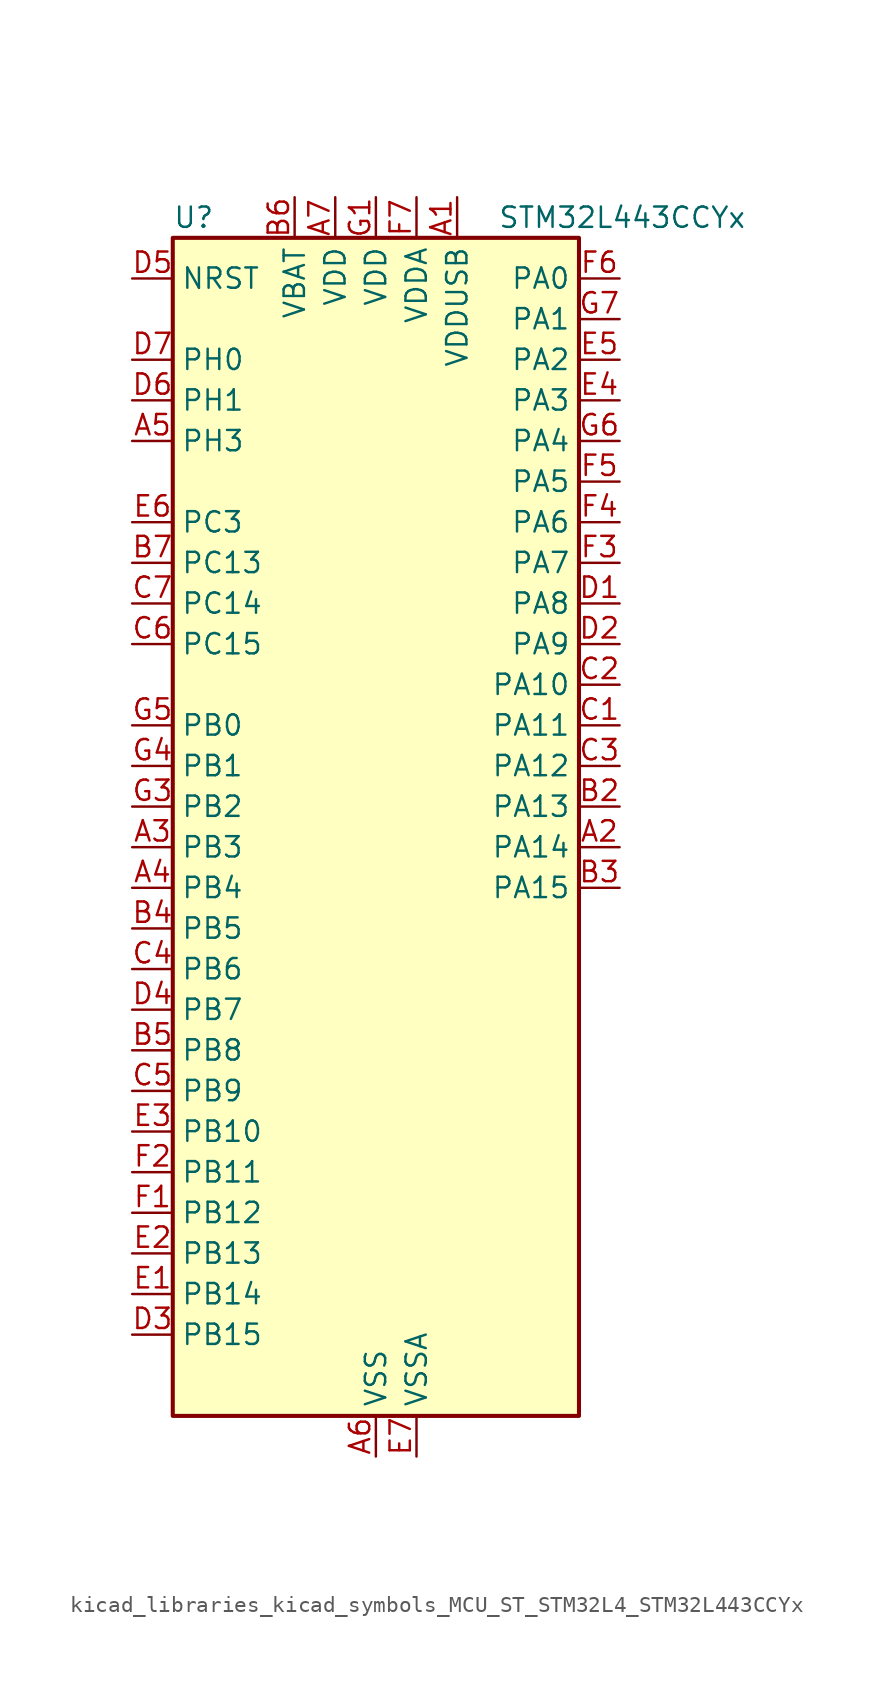
<source format=kicad_sym>
(kicad_symbol_lib
  (version 20220914)
  (generator kicad_symbol_editor)
  (symbol "kicad_libraries_kicad_symbols_MCU_ST_STM32L4_STM32L443CCYx"
    (property "Reference" "U"
      (at -12.7 39.37 0)
      (effects (font (size 1.27 1.27)) (justify left)))
    (property "Value" "STM32L443CCYx"
      (at 7.62 39.37 0)
      (effects (font (size 1.27 1.27)) (justify left)))
    (property "ki_locked" ""
      (at 0 0 0)
      (effects (font (size 1.27 1.27))))
    (symbol "kicad_libraries_kicad_symbols_MCU_ST_STM32L4_STM32L443CCYx_0_1"
      (rectangle (start -12.7 -35.56) (end 12.7 38.1) (stroke (width 0.254) (type default)) (fill (type background))))
    (symbol "kicad_libraries_kicad_symbols_MCU_ST_STM32L4_STM32L443CCYx_1_1"
      (pin power_in line (at 5.08 40.64 270) (length 2.54) (name "VDDUSB" (effects (font (size 1.27 1.27)))) (number "A1" (effects (font (size 1.27 1.27)))))
      (pin bidirectional line (at 15.24 0 180) (length 2.54) (name "PA14" (effects (font (size 1.27 1.27)))) (number "A2" (effects (font (size 1.27 1.27)))) (alternate "I2C1_SMBA" bidirectional line) (alternate "LPTIM1_OUT" bidirectional line) (alternate "SAI1_FS_B" bidirectional line) (alternate "SWPMI1_RX" bidirectional line) (alternate "SYS_JTCK-SWCLK" bidirectional line))
      (pin bidirectional line (at -15.24 0 0) (length 2.54) (name "PB3" (effects (font (size 1.27 1.27)))) (number "A3" (effects (font (size 1.27 1.27)))) (alternate "COMP2_INM" bidirectional line) (alternate "LCD_SEG7" bidirectional line) (alternate "SAI1_SCK_B" bidirectional line) (alternate "SPI1_SCK" bidirectional line) (alternate "SPI3_SCK" bidirectional line) (alternate "SYS_JTDO-SWO" bidirectional line) (alternate "TIM2_CH2" bidirectional line) (alternate "USART1_DE" bidirectional line) (alternate "USART1_RTS" bidirectional line))
      (pin bidirectional line (at -15.24 -2.54 0) (length 2.54) (name "PB4" (effects (font (size 1.27 1.27)))) (number "A4" (effects (font (size 1.27 1.27)))) (alternate "COMP2_INP" bidirectional line) (alternate "I2C3_SDA" bidirectional line) (alternate "LCD_SEG8" bidirectional line) (alternate "SAI1_MCLK_B" bidirectional line) (alternate "SPI1_MISO" bidirectional line) (alternate "SPI3_MISO" bidirectional line) (alternate "SYS_JTRST" bidirectional line) (alternate "TSC_G2_IO1" bidirectional line) (alternate "USART1_CTS" bidirectional line))
      (pin bidirectional line (at -15.24 25.4 0) (length 2.54) (name "PH3" (effects (font (size 1.27 1.27)))) (number "A5" (effects (font (size 1.27 1.27)))))
      (pin power_in line (at 0 -38.1 90) (length 2.54) (name "VSS" (effects (font (size 1.27 1.27)))) (number "A6" (effects (font (size 1.27 1.27)))))
      (pin power_in line (at -2.54 40.64 270) (length 2.54) (name "VDD" (effects (font (size 1.27 1.27)))) (number "A7" (effects (font (size 1.27 1.27)))))
      (pin passive line (at 0 -38.1 90) (length 2.54) hide (name "VSS" (effects (font (size 1.27 1.27)))) (number "B1" (effects (font (size 1.27 1.27)))))
      (pin bidirectional line (at 15.24 2.54 180) (length 2.54) (name "PA13" (effects (font (size 1.27 1.27)))) (number "B2" (effects (font (size 1.27 1.27)))) (alternate "IR_OUT" bidirectional line) (alternate "SAI1_SD_B" bidirectional line) (alternate "SWPMI1_TX" bidirectional line) (alternate "SYS_JTMS-SWDIO" bidirectional line) (alternate "USB_NOE" bidirectional line))
      (pin bidirectional line (at 15.24 -2.54 180) (length 2.54) (name "PA15" (effects (font (size 1.27 1.27)))) (number "B3" (effects (font (size 1.27 1.27)))) (alternate "ADC1_EXTI15" bidirectional line) (alternate "LCD_SEG17" bidirectional line) (alternate "SPI1_NSS" bidirectional line) (alternate "SPI3_NSS" bidirectional line) (alternate "SWPMI1_SUSPEND" bidirectional line) (alternate "SYS_JTDI" bidirectional line) (alternate "TIM2_CH1" bidirectional line) (alternate "TIM2_ETR" bidirectional line) (alternate "USART2_RX" bidirectional line) (alternate "USART3_DE" bidirectional line) (alternate "USART3_RTS" bidirectional line))
      (pin bidirectional line (at -15.24 -5.08 0) (length 2.54) (name "PB5" (effects (font (size 1.27 1.27)))) (number "B4" (effects (font (size 1.27 1.27)))) (alternate "COMP2_OUT" bidirectional line) (alternate "I2C1_SMBA" bidirectional line) (alternate "LCD_SEG9" bidirectional line) (alternate "LPTIM1_IN1" bidirectional line) (alternate "SAI1_SD_B" bidirectional line) (alternate "SPI1_MOSI" bidirectional line) (alternate "SPI3_MOSI" bidirectional line) (alternate "TIM16_BKIN" bidirectional line) (alternate "TSC_G2_IO2" bidirectional line) (alternate "USART1_CK" bidirectional line))
      (pin bidirectional line (at -15.24 -12.7 0) (length 2.54) (name "PB8" (effects (font (size 1.27 1.27)))) (number "B5" (effects (font (size 1.27 1.27)))) (alternate "CAN1_RX" bidirectional line) (alternate "I2C1_SCL" bidirectional line) (alternate "LCD_SEG16" bidirectional line) (alternate "SAI1_MCLK_A" bidirectional line) (alternate "TIM16_CH1" bidirectional line))
      (pin power_in line (at -5.08 40.64 270) (length 2.54) (name "VBAT" (effects (font (size 1.27 1.27)))) (number "B6" (effects (font (size 1.27 1.27)))))
      (pin bidirectional line (at -15.24 17.78 0) (length 2.54) (name "PC13" (effects (font (size 1.27 1.27)))) (number "B7" (effects (font (size 1.27 1.27)))) (alternate "RTC_OUT_ALARM" bidirectional line) (alternate "RTC_OUT_CALIB" bidirectional line) (alternate "RTC_TAMP1" bidirectional line) (alternate "RTC_TS" bidirectional line) (alternate "SYS_WKUP2" bidirectional line))
      (pin bidirectional line (at 15.24 7.62 180) (length 2.54) (name "PA11" (effects (font (size 1.27 1.27)))) (number "C1" (effects (font (size 1.27 1.27)))) (alternate "ADC1_EXTI11" bidirectional line) (alternate "CAN1_RX" bidirectional line) (alternate "COMP1_OUT" bidirectional line) (alternate "SPI1_MISO" bidirectional line) (alternate "TIM1_BKIN2" bidirectional line) (alternate "TIM1_BKIN2_COMP1" bidirectional line) (alternate "TIM1_CH4" bidirectional line) (alternate "USART1_CTS" bidirectional line) (alternate "USB_DM" bidirectional line))
      (pin bidirectional line (at 15.24 10.16 180) (length 2.54) (name "PA10" (effects (font (size 1.27 1.27)))) (number "C2" (effects (font (size 1.27 1.27)))) (alternate "CRS_SYNC" bidirectional line) (alternate "I2C1_SDA" bidirectional line) (alternate "LCD_COM2" bidirectional line) (alternate "SAI1_SD_A" bidirectional line) (alternate "TIM1_CH3" bidirectional line) (alternate "USART1_RX" bidirectional line))
      (pin bidirectional line (at 15.24 5.08 180) (length 2.54) (name "PA12" (effects (font (size 1.27 1.27)))) (number "C3" (effects (font (size 1.27 1.27)))) (alternate "CAN1_TX" bidirectional line) (alternate "SPI1_MOSI" bidirectional line) (alternate "TIM1_ETR" bidirectional line) (alternate "USART1_DE" bidirectional line) (alternate "USART1_RTS" bidirectional line) (alternate "USB_DP" bidirectional line))
      (pin bidirectional line (at -15.24 -7.62 0) (length 2.54) (name "PB6" (effects (font (size 1.27 1.27)))) (number "C4" (effects (font (size 1.27 1.27)))) (alternate "COMP2_INP" bidirectional line) (alternate "I2C1_SCL" bidirectional line) (alternate "LPTIM1_ETR" bidirectional line) (alternate "SAI1_FS_B" bidirectional line) (alternate "TIM16_CH1N" bidirectional line) (alternate "TSC_G2_IO3" bidirectional line) (alternate "USART1_TX" bidirectional line))
      (pin bidirectional line (at -15.24 -15.24 0) (length 2.54) (name "PB9" (effects (font (size 1.27 1.27)))) (number "C5" (effects (font (size 1.27 1.27)))) (alternate "CAN1_TX" bidirectional line) (alternate "DAC1_EXTI9" bidirectional line) (alternate "I2C1_SDA" bidirectional line) (alternate "IR_OUT" bidirectional line) (alternate "LCD_COM3" bidirectional line) (alternate "SAI1_FS_A" bidirectional line) (alternate "SPI2_NSS" bidirectional line))
      (pin bidirectional line (at -15.24 12.7 0) (length 2.54) (name "PC15" (effects (font (size 1.27 1.27)))) (number "C6" (effects (font (size 1.27 1.27)))) (alternate "ADC1_EXTI15" bidirectional line) (alternate "RCC_OSC32_OUT" bidirectional line))
      (pin bidirectional line (at -15.24 15.24 0) (length 2.54) (name "PC14" (effects (font (size 1.27 1.27)))) (number "C7" (effects (font (size 1.27 1.27)))) (alternate "RCC_OSC32_IN" bidirectional line))
      (pin bidirectional line (at 15.24 15.24 180) (length 2.54) (name "PA8" (effects (font (size 1.27 1.27)))) (number "D1" (effects (font (size 1.27 1.27)))) (alternate "LCD_COM0" bidirectional line) (alternate "LPTIM2_OUT" bidirectional line) (alternate "RCC_MCO" bidirectional line) (alternate "SAI1_SCK_A" bidirectional line) (alternate "SWPMI1_IO" bidirectional line) (alternate "TIM1_CH1" bidirectional line) (alternate "USART1_CK" bidirectional line))
      (pin bidirectional line (at 15.24 12.7 180) (length 2.54) (name "PA9" (effects (font (size 1.27 1.27)))) (number "D2" (effects (font (size 1.27 1.27)))) (alternate "DAC1_EXTI9" bidirectional line) (alternate "I2C1_SCL" bidirectional line) (alternate "LCD_COM1" bidirectional line) (alternate "SAI1_FS_A" bidirectional line) (alternate "TIM15_BKIN" bidirectional line) (alternate "TIM1_CH2" bidirectional line) (alternate "USART1_TX" bidirectional line))
      (pin bidirectional line (at -15.24 -30.48 0) (length 2.54) (name "PB15" (effects (font (size 1.27 1.27)))) (number "D3" (effects (font (size 1.27 1.27)))) (alternate "ADC1_EXTI15" bidirectional line) (alternate "LCD_SEG15" bidirectional line) (alternate "RTC_REFIN" bidirectional line) (alternate "SAI1_SD_A" bidirectional line) (alternate "SPI2_MOSI" bidirectional line) (alternate "SWPMI1_SUSPEND" bidirectional line) (alternate "TIM15_CH2" bidirectional line) (alternate "TIM1_CH3N" bidirectional line) (alternate "TSC_G1_IO4" bidirectional line))
      (pin bidirectional line (at -15.24 -10.16 0) (length 2.54) (name "PB7" (effects (font (size 1.27 1.27)))) (number "D4" (effects (font (size 1.27 1.27)))) (alternate "COMP2_INM" bidirectional line) (alternate "I2C1_SDA" bidirectional line) (alternate "LCD_SEG21" bidirectional line) (alternate "LPTIM1_IN2" bidirectional line) (alternate "SYS_PVD_IN" bidirectional line) (alternate "TSC_G2_IO4" bidirectional line) (alternate "USART1_RX" bidirectional line))
      (pin input line (at -15.24 35.56 0) (length 2.54) (name "NRST" (effects (font (size 1.27 1.27)))) (number "D5" (effects (font (size 1.27 1.27)))))
      (pin bidirectional line (at -15.24 27.94 0) (length 2.54) (name "PH1" (effects (font (size 1.27 1.27)))) (number "D6" (effects (font (size 1.27 1.27)))) (alternate "RCC_OSC_OUT" bidirectional line))
      (pin bidirectional line (at -15.24 30.48 0) (length 2.54) (name "PH0" (effects (font (size 1.27 1.27)))) (number "D7" (effects (font (size 1.27 1.27)))) (alternate "RCC_OSC_IN" bidirectional line))
      (pin bidirectional line (at -15.24 -27.94 0) (length 2.54) (name "PB14" (effects (font (size 1.27 1.27)))) (number "E1" (effects (font (size 1.27 1.27)))) (alternate "I2C2_SDA" bidirectional line) (alternate "LCD_SEG14" bidirectional line) (alternate "SAI1_MCLK_A" bidirectional line) (alternate "SPI2_MISO" bidirectional line) (alternate "SWPMI1_RX" bidirectional line) (alternate "TIM15_CH1" bidirectional line) (alternate "TIM1_CH2N" bidirectional line) (alternate "TSC_G1_IO3" bidirectional line) (alternate "USART3_DE" bidirectional line) (alternate "USART3_RTS" bidirectional line))
      (pin bidirectional line (at -15.24 -25.4 0) (length 2.54) (name "PB13" (effects (font (size 1.27 1.27)))) (number "E2" (effects (font (size 1.27 1.27)))) (alternate "I2C2_SCL" bidirectional line) (alternate "LCD_SEG13" bidirectional line) (alternate "LPUART1_CTS" bidirectional line) (alternate "SAI1_SCK_A" bidirectional line) (alternate "SPI2_SCK" bidirectional line) (alternate "SWPMI1_TX" bidirectional line) (alternate "TIM15_CH1N" bidirectional line) (alternate "TIM1_CH1N" bidirectional line) (alternate "TSC_G1_IO2" bidirectional line) (alternate "USART3_CTS" bidirectional line))
      (pin bidirectional line (at -15.24 -17.78 0) (length 2.54) (name "PB10" (effects (font (size 1.27 1.27)))) (number "E3" (effects (font (size 1.27 1.27)))) (alternate "COMP1_OUT" bidirectional line) (alternate "I2C2_SCL" bidirectional line) (alternate "LCD_SEG10" bidirectional line) (alternate "LPUART1_RX" bidirectional line) (alternate "QUADSPI_CLK" bidirectional line) (alternate "SAI1_SCK_A" bidirectional line) (alternate "SPI2_SCK" bidirectional line) (alternate "TIM2_CH3" bidirectional line) (alternate "TSC_SYNC" bidirectional line) (alternate "USART3_TX" bidirectional line))
      (pin bidirectional line (at 15.24 27.94 180) (length 2.54) (name "PA3" (effects (font (size 1.27 1.27)))) (number "E4" (effects (font (size 1.27 1.27)))) (alternate "ADC1_IN8" bidirectional line) (alternate "COMP2_INP" bidirectional line) (alternate "LCD_SEG2" bidirectional line) (alternate "LPUART1_RX" bidirectional line) (alternate "OPAMP1_VOUT" bidirectional line) (alternate "QUADSPI_CLK" bidirectional line) (alternate "SAI1_MCLK_A" bidirectional line) (alternate "TIM15_CH2" bidirectional line) (alternate "TIM2_CH4" bidirectional line) (alternate "USART2_RX" bidirectional line))
      (pin bidirectional line (at 15.24 30.48 180) (length 2.54) (name "PA2" (effects (font (size 1.27 1.27)))) (number "E5" (effects (font (size 1.27 1.27)))) (alternate "ADC1_IN7" bidirectional line) (alternate "COMP2_INM" bidirectional line) (alternate "COMP2_OUT" bidirectional line) (alternate "LCD_SEG1" bidirectional line) (alternate "LPUART1_TX" bidirectional line) (alternate "QUADSPI_BK1_NCS" bidirectional line) (alternate "RCC_LSCO" bidirectional line) (alternate "SYS_WKUP4" bidirectional line) (alternate "TIM15_CH1" bidirectional line) (alternate "TIM2_CH3" bidirectional line) (alternate "USART2_TX" bidirectional line))
      (pin bidirectional line (at -15.24 20.32 0) (length 2.54) (name "PC3" (effects (font (size 1.27 1.27)))) (number "E6" (effects (font (size 1.27 1.27)))) (alternate "ADC1_IN4" bidirectional line) (alternate "LCD_VLCD" bidirectional line) (alternate "LPTIM1_ETR" bidirectional line) (alternate "LPTIM2_ETR" bidirectional line) (alternate "SAI1_SD_A" bidirectional line) (alternate "SPI2_MOSI" bidirectional line))
      (pin power_in line (at 2.54 -38.1 90) (length 2.54) (name "VSSA" (effects (font (size 1.27 1.27)))) (number "E7" (effects (font (size 1.27 1.27)))))
      (pin bidirectional line (at -15.24 -22.86 0) (length 2.54) (name "PB12" (effects (font (size 1.27 1.27)))) (number "F1" (effects (font (size 1.27 1.27)))) (alternate "I2C2_SMBA" bidirectional line) (alternate "LCD_SEG12" bidirectional line) (alternate "LPUART1_DE" bidirectional line) (alternate "LPUART1_RTS" bidirectional line) (alternate "SAI1_FS_A" bidirectional line) (alternate "SPI2_NSS" bidirectional line) (alternate "SWPMI1_IO" bidirectional line) (alternate "TIM15_BKIN" bidirectional line) (alternate "TIM1_BKIN" bidirectional line) (alternate "TIM1_BKIN_COMP2" bidirectional line) (alternate "TSC_G1_IO1" bidirectional line) (alternate "USART3_CK" bidirectional line))
      (pin bidirectional line (at -15.24 -20.32 0) (length 2.54) (name "PB11" (effects (font (size 1.27 1.27)))) (number "F2" (effects (font (size 1.27 1.27)))) (alternate "ADC1_EXTI11" bidirectional line) (alternate "COMP2_OUT" bidirectional line) (alternate "I2C2_SDA" bidirectional line) (alternate "LCD_SEG11" bidirectional line) (alternate "LPUART1_TX" bidirectional line) (alternate "QUADSPI_BK1_NCS" bidirectional line) (alternate "TIM2_CH4" bidirectional line) (alternate "USART3_RX" bidirectional line))
      (pin bidirectional line (at 15.24 17.78 180) (length 2.54) (name "PA7" (effects (font (size 1.27 1.27)))) (number "F3" (effects (font (size 1.27 1.27)))) (alternate "ADC1_IN12" bidirectional line) (alternate "COMP2_OUT" bidirectional line) (alternate "I2C3_SCL" bidirectional line) (alternate "LCD_SEG4" bidirectional line) (alternate "QUADSPI_BK1_IO2" bidirectional line) (alternate "SPI1_MOSI" bidirectional line) (alternate "TIM1_CH1N" bidirectional line))
      (pin bidirectional line (at 15.24 20.32 180) (length 2.54) (name "PA6" (effects (font (size 1.27 1.27)))) (number "F4" (effects (font (size 1.27 1.27)))) (alternate "ADC1_IN11" bidirectional line) (alternate "COMP1_OUT" bidirectional line) (alternate "LCD_SEG3" bidirectional line) (alternate "LPUART1_CTS" bidirectional line) (alternate "QUADSPI_BK1_IO3" bidirectional line) (alternate "SPI1_MISO" bidirectional line) (alternate "TIM16_CH1" bidirectional line) (alternate "TIM1_BKIN" bidirectional line) (alternate "TIM1_BKIN_COMP2" bidirectional line) (alternate "USART3_CTS" bidirectional line))
      (pin bidirectional line (at 15.24 22.86 180) (length 2.54) (name "PA5" (effects (font (size 1.27 1.27)))) (number "F5" (effects (font (size 1.27 1.27)))) (alternate "ADC1_IN10" bidirectional line) (alternate "COMP1_INM" bidirectional line) (alternate "COMP2_INM" bidirectional line) (alternate "DAC1_OUT2" bidirectional line) (alternate "LPTIM2_ETR" bidirectional line) (alternate "SPI1_SCK" bidirectional line) (alternate "TIM2_CH1" bidirectional line) (alternate "TIM2_ETR" bidirectional line))
      (pin bidirectional line (at 15.24 35.56 180) (length 2.54) (name "PA0" (effects (font (size 1.27 1.27)))) (number "F6" (effects (font (size 1.27 1.27)))) (alternate "ADC1_IN5" bidirectional line) (alternate "COMP1_INM" bidirectional line) (alternate "COMP1_OUT" bidirectional line) (alternate "OPAMP1_VINP" bidirectional line) (alternate "RTC_TAMP2" bidirectional line) (alternate "SAI1_EXTCLK" bidirectional line) (alternate "SYS_WKUP1" bidirectional line) (alternate "TIM2_CH1" bidirectional line) (alternate "TIM2_ETR" bidirectional line) (alternate "USART2_CTS" bidirectional line))
      (pin power_in line (at 2.54 40.64 270) (length 2.54) (name "VDDA" (effects (font (size 1.27 1.27)))) (number "F7" (effects (font (size 1.27 1.27)))))
      (pin power_in line (at 0 40.64 270) (length 2.54) (name "VDD" (effects (font (size 1.27 1.27)))) (number "G1" (effects (font (size 1.27 1.27)))))
      (pin passive line (at 0 -38.1 90) (length 2.54) hide (name "VSS" (effects (font (size 1.27 1.27)))) (number "G2" (effects (font (size 1.27 1.27)))))
      (pin bidirectional line (at -15.24 2.54 0) (length 2.54) (name "PB2" (effects (font (size 1.27 1.27)))) (number "G3" (effects (font (size 1.27 1.27)))) (alternate "COMP1_INP" bidirectional line) (alternate "I2C3_SMBA" bidirectional line) (alternate "LCD_VLCD" bidirectional line) (alternate "LPTIM1_OUT" bidirectional line) (alternate "RTC_OUT_ALARM" bidirectional line) (alternate "RTC_OUT_CALIB" bidirectional line))
      (pin bidirectional line (at -15.24 5.08 0) (length 2.54) (name "PB1" (effects (font (size 1.27 1.27)))) (number "G4" (effects (font (size 1.27 1.27)))) (alternate "ADC1_IN16" bidirectional line) (alternate "COMP1_INM" bidirectional line) (alternate "LCD_SEG6" bidirectional line) (alternate "LPTIM2_IN1" bidirectional line) (alternate "LPUART1_DE" bidirectional line) (alternate "LPUART1_RTS" bidirectional line) (alternate "QUADSPI_BK1_IO0" bidirectional line) (alternate "TIM1_CH3N" bidirectional line) (alternate "USART3_DE" bidirectional line) (alternate "USART3_RTS" bidirectional line))
      (pin bidirectional line (at -15.24 7.62 0) (length 2.54) (name "PB0" (effects (font (size 1.27 1.27)))) (number "G5" (effects (font (size 1.27 1.27)))) (alternate "ADC1_IN15" bidirectional line) (alternate "COMP1_OUT" bidirectional line) (alternate "LCD_SEG5" bidirectional line) (alternate "QUADSPI_BK1_IO1" bidirectional line) (alternate "SAI1_EXTCLK" bidirectional line) (alternate "SPI1_NSS" bidirectional line) (alternate "TIM1_CH2N" bidirectional line) (alternate "USART3_CK" bidirectional line))
      (pin bidirectional line (at 15.24 25.4 180) (length 2.54) (name "PA4" (effects (font (size 1.27 1.27)))) (number "G6" (effects (font (size 1.27 1.27)))) (alternate "ADC1_IN9" bidirectional line) (alternate "COMP1_INM" bidirectional line) (alternate "COMP2_INM" bidirectional line) (alternate "DAC1_OUT1" bidirectional line) (alternate "LPTIM2_OUT" bidirectional line) (alternate "SAI1_FS_B" bidirectional line) (alternate "SPI1_NSS" bidirectional line) (alternate "SPI3_NSS" bidirectional line) (alternate "USART2_CK" bidirectional line))
      (pin bidirectional line (at 15.24 33.02 180) (length 2.54) (name "PA1" (effects (font (size 1.27 1.27)))) (number "G7" (effects (font (size 1.27 1.27)))) (alternate "ADC1_IN6" bidirectional line) (alternate "COMP1_INP" bidirectional line) (alternate "I2C1_SMBA" bidirectional line) (alternate "LCD_SEG0" bidirectional line) (alternate "OPAMP1_VINM" bidirectional line) (alternate "SPI1_SCK" bidirectional line) (alternate "TIM15_CH1N" bidirectional line) (alternate "TIM2_CH2" bidirectional line) (alternate "USART2_DE" bidirectional line) (alternate "USART2_RTS" bidirectional line)))))
</source>
